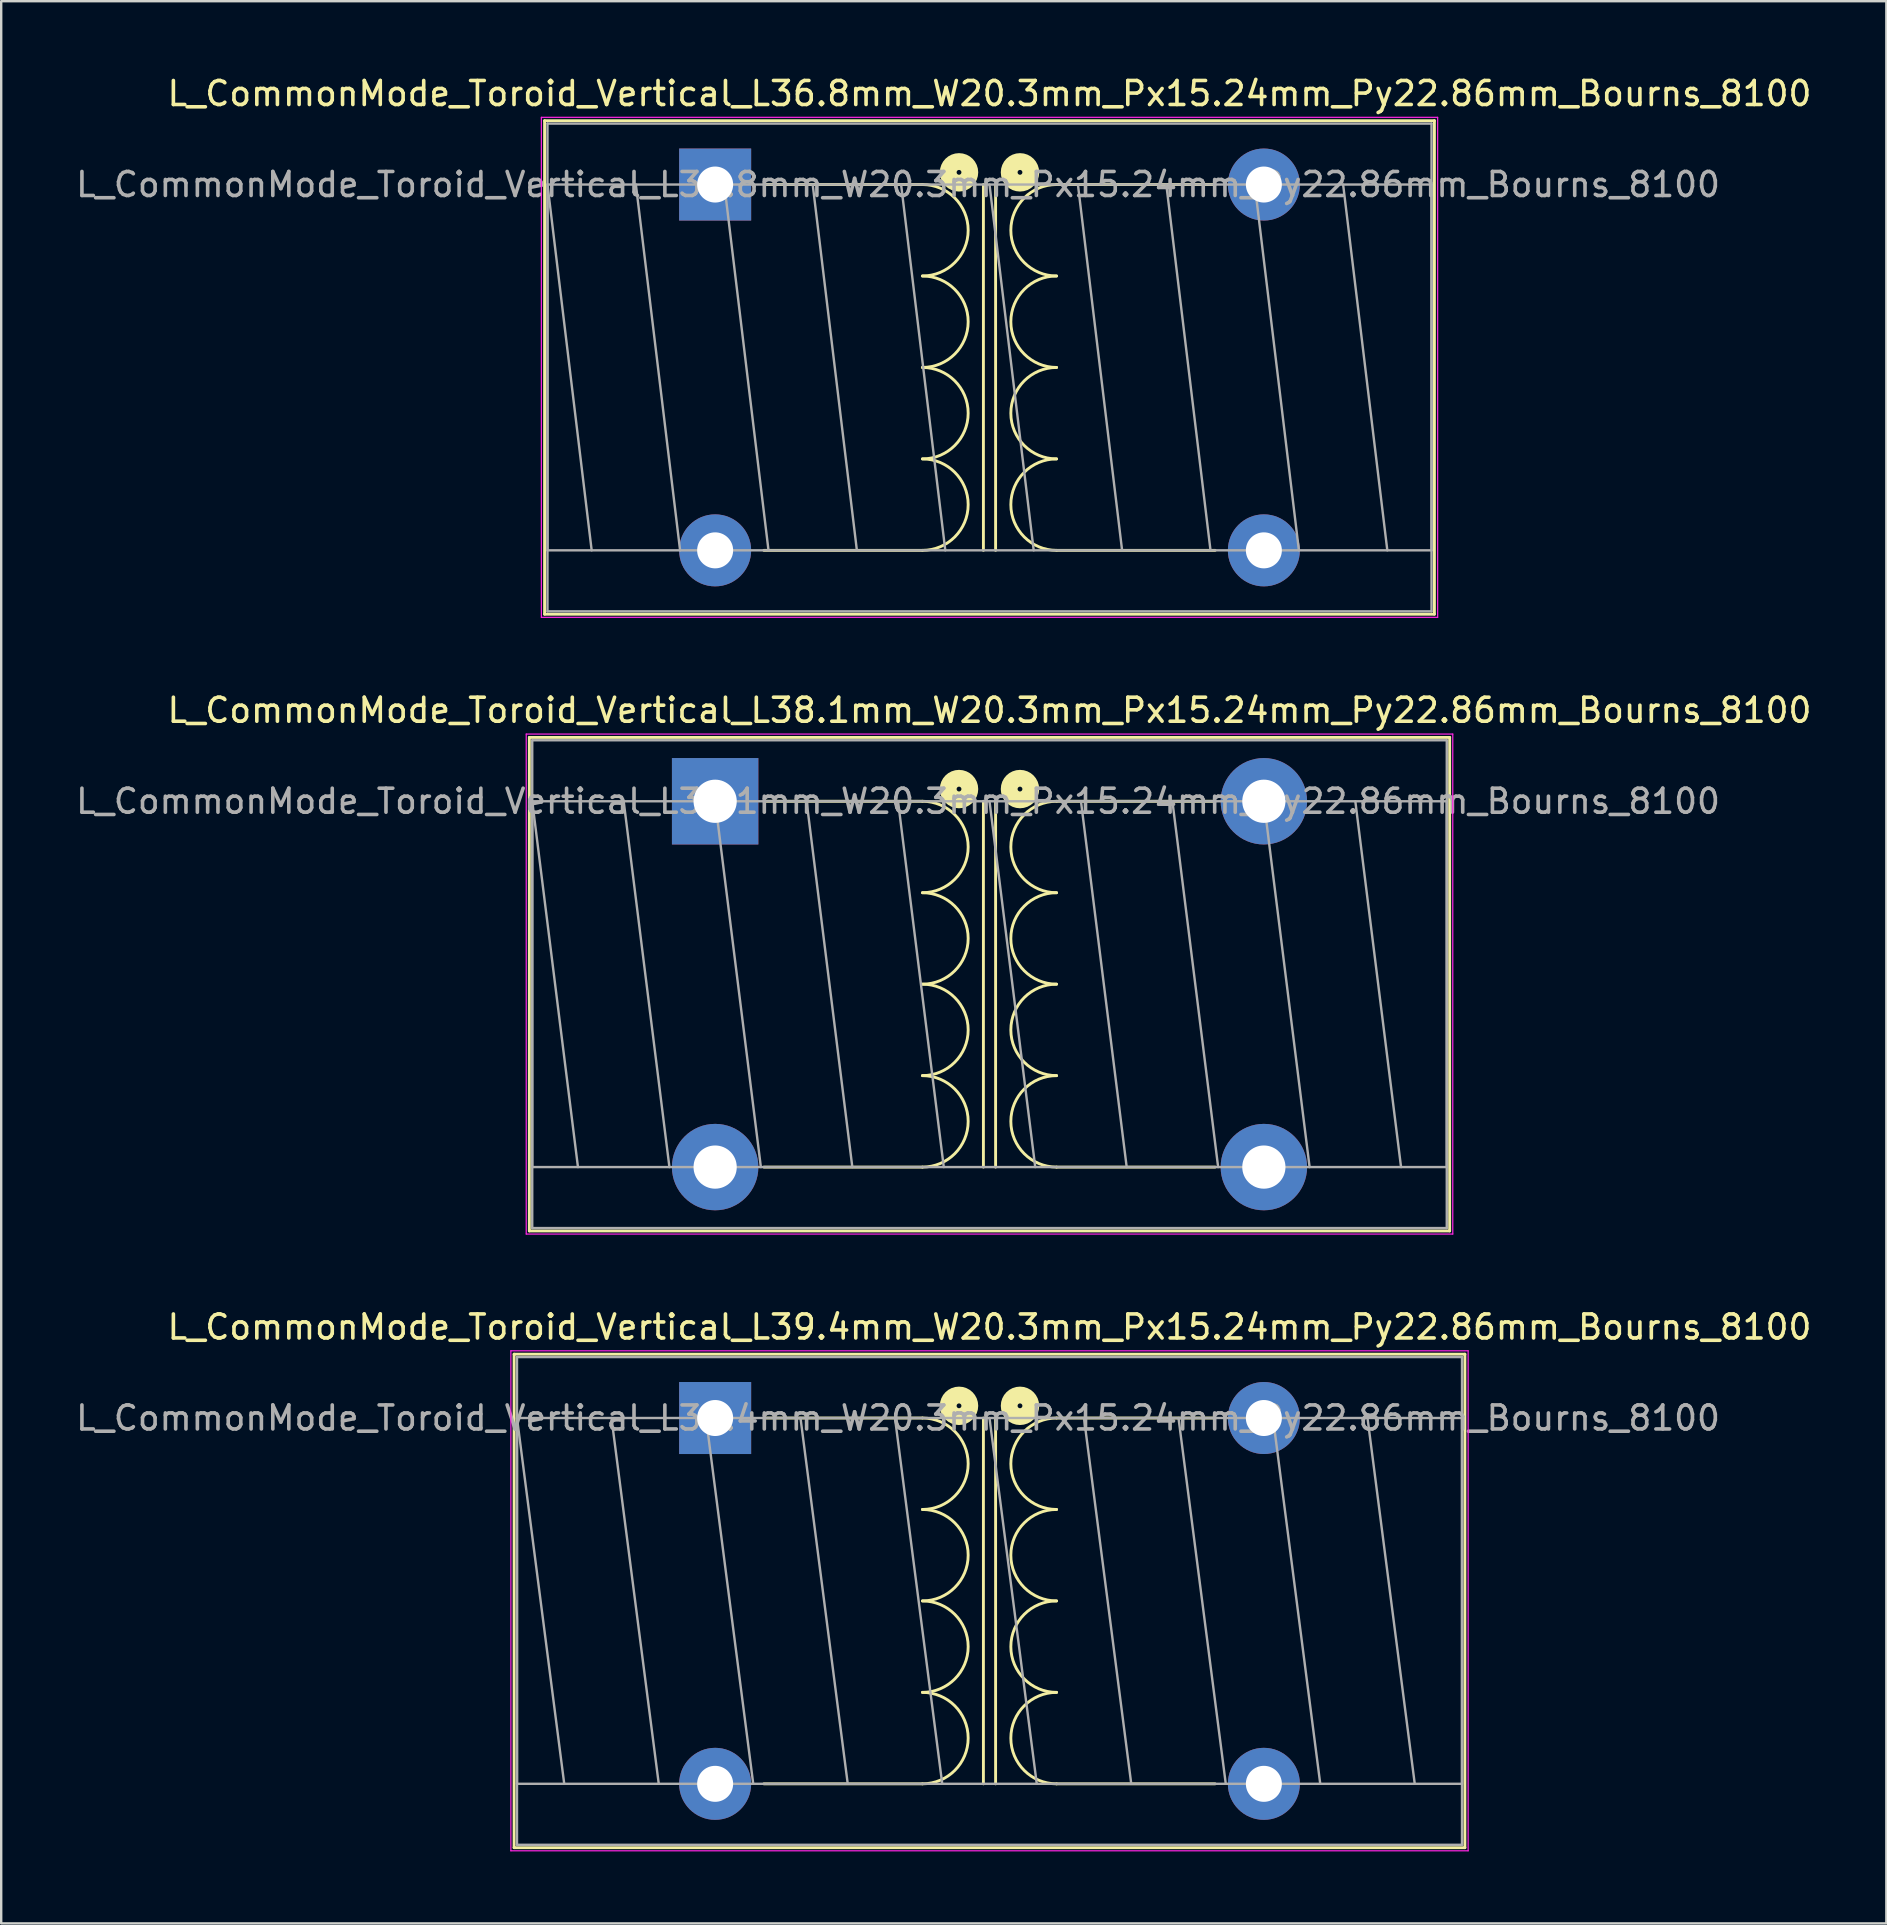
<source format=kicad_pcb>
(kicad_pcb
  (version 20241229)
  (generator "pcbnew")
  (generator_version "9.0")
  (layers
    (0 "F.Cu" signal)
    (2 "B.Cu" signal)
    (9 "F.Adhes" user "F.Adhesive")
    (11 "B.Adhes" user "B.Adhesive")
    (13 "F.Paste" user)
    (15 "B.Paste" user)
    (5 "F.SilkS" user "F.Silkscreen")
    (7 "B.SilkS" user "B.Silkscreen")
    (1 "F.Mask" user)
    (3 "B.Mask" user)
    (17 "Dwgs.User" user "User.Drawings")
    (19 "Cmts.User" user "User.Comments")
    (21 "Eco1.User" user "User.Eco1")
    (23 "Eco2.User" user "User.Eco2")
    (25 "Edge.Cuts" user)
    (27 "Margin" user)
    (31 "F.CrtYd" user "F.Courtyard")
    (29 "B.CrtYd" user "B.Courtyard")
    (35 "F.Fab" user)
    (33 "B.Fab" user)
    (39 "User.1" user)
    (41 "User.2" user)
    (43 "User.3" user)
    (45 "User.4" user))
  (footprint "L_CommonMode_Toroid_Vertical_L36.8mm_W20.3mm_Px15.24mm_Py22.86mm_Bourns_8100"
    (layer "F.Cu")
    (at 26.743 4.638)
    (property "Reference" "L_CommonMode_Toroid_Vertical_L36.8mm_W20.3mm_Px15.24mm_Py22.86mm_Bourns_8100" (at 11.43 -3.79 0) (layer "F.SilkS") (effects (font (size 1 1) (thickness 0.15))))
    (attr through_hole)
    (fp_line (start -7.105 -2.66) (end -7.105 17.9) (stroke (width 0.12) (type solid)) (layer "F.SilkS"))
    (fp_line (start -7.105 -2.66) (end 29.965 -2.66) (stroke (width 0.12) (type solid)) (layer "F.SilkS"))
    (fp_line (start -7.105 17.9) (end 29.965 17.9) (stroke (width 0.12) (type solid)) (layer "F.SilkS"))
    (fp_line (start 2.032 0) (end 8.636 0) (stroke (width 0.12) (type solid)) (layer "F.SilkS"))
    (fp_line (start 2.032 15.24) (end 8.636 15.24) (stroke (width 0.12) (type solid)) (layer "F.SilkS"))
    (fp_line (start 11.176 0) (end 11.176 15.24) (stroke (width 0.12) (type solid)) (layer "F.SilkS"))
    (fp_line (start 11.684 15.24) (end 11.684 0) (stroke (width 0.12) (type solid)) (layer "F.SilkS"))
    (fp_line (start 20.828 0) (end 14.224 0) (stroke (width 0.12) (type solid)) (layer "F.SilkS"))
    (fp_line (start 20.828 15.24) (end 14.224 15.24) (stroke (width 0.12) (type solid)) (layer "F.SilkS"))
    (fp_line (start 29.965 -2.66) (end 29.965 17.9) (stroke (width 0.12) (type solid)) (layer "F.SilkS"))
    (fp_arc (start 8.636 0) (mid 10.541 1.905) (end 8.636 3.81) (stroke (width 0.12) (type solid)) (layer "F.SilkS"))
    (fp_arc (start 8.636 3.81) (mid 10.541 5.715) (end 8.636 7.62) (stroke (width 0.12) (type solid)) (layer "F.SilkS"))
    (fp_arc (start 8.636 7.62) (mid 10.541 9.525) (end 8.636 11.43) (stroke (width 0.12) (type solid)) (layer "F.SilkS"))
    (fp_arc (start 8.636 11.43) (mid 10.541 13.335) (end 8.636 15.24) (stroke (width 0.12) (type solid)) (layer "F.SilkS"))
    (fp_arc (start 14.224 3.81) (mid 12.319 1.905) (end 14.224 0) (stroke (width 0.12) (type solid)) (layer "F.SilkS"))
    (fp_arc (start 14.224 7.62) (mid 12.319 5.715) (end 14.224 3.81) (stroke (width 0.12) (type solid)) (layer "F.SilkS"))
    (fp_arc (start 14.224 11.43) (mid 12.319 9.525) (end 14.224 7.62) (stroke (width 0.12) (type solid)) (layer "F.SilkS"))
    (fp_arc (start 14.224 15.24) (mid 12.319 13.335) (end 14.224 11.43) (stroke (width 0.12) (type solid)) (layer "F.SilkS"))
    (fp_circle (center 10.16 -0.508) (end 10.26 -0.508) (stroke (width 0.7) (type solid)) (fill no) (layer "F.SilkS"))
    (fp_circle (center 12.7 -0.508) (end 12.8 -0.508) (stroke (width 0.7) (type solid)) (fill no) (layer "F.SilkS"))
    (fp_line (start -7.24 -2.8) (end -7.24 18.03) (stroke (width 0.05) (type solid)) (layer "F.CrtYd"))
    (fp_line (start -7.24 18.03) (end 30.1 18.03) (stroke (width 0.05) (type solid)) (layer "F.CrtYd"))
    (fp_line (start 30.1 -2.8) (end -7.24 -2.8) (stroke (width 0.05) (type solid)) (layer "F.CrtYd"))
    (fp_line (start 30.1 18.03) (end 30.1 -2.8) (stroke (width 0.05) (type solid)) (layer "F.CrtYd"))
    (fp_line (start -6.985 -2.54) (end -6.985 17.78) (stroke (width 0.1) (type solid)) (layer "F.Fab"))
    (fp_line (start -6.985 0) (end -6.985 15.24) (stroke (width 0.1) (type solid)) (layer "F.Fab"))
    (fp_line (start -6.985 0) (end -5.144 15.24) (stroke (width 0.1) (type solid)) (layer "F.Fab"))
    (fp_line (start -6.985 15.24) (end 29.845 15.24) (stroke (width 0.1) (type solid)) (layer "F.Fab"))
    (fp_line (start -6.985 17.78) (end 29.845 17.78) (stroke (width 0.1) (type solid)) (layer "F.Fab"))
    (fp_line (start -3.302 0) (end -1.46 15.24) (stroke (width 0.1) (type solid)) (layer "F.Fab"))
    (fp_line (start 0.381 0) (end 2.223 15.24) (stroke (width 0.1) (type solid)) (layer "F.Fab"))
    (fp_line (start 4.064 0) (end 5.905 15.24) (stroke (width 0.1) (type solid)) (layer "F.Fab"))
    (fp_line (start 7.747 0) (end 9.588 15.24) (stroke (width 0.1) (type solid)) (layer "F.Fab"))
    (fp_line (start 11.43 0) (end 13.271 15.24) (stroke (width 0.1) (type solid)) (layer "F.Fab"))
    (fp_line (start 15.113 0) (end 16.954 15.24) (stroke (width 0.1) (type solid)) (layer "F.Fab"))
    (fp_line (start 18.796 0) (end 20.637 15.24) (stroke (width 0.1) (type solid)) (layer "F.Fab"))
    (fp_line (start 22.479 0) (end 24.32 15.24) (stroke (width 0.1) (type solid)) (layer "F.Fab"))
    (fp_line (start 26.162 0) (end 28.003 15.24) (stroke (width 0.1) (type solid)) (layer "F.Fab"))
    (fp_line (start 29.845 -2.54) (end -6.985 -2.54) (stroke (width 0.1) (type solid)) (layer "F.Fab"))
    (fp_line (start 29.845 0) (end -6.985 0) (stroke (width 0.1) (type solid)) (layer "F.Fab"))
    (fp_line (start 29.845 15.24) (end 29.845 0) (stroke (width 0.1) (type solid)) (layer "F.Fab"))
    (fp_line (start 29.845 17.78) (end 29.845 -2.54) (stroke (width 0.1) (type solid)) (layer "F.Fab"))
    (fp_text user "${REFERENCE}" (at 7.62 0 0) (layer "F.Fab") (effects (font (size 1 1) (thickness 0.15))))
    (pad "1" thru_hole rect (at 0 0) (size 3 3) (drill 1.5) (layers "*.Cu" "*.Mask"))
    (pad "2" thru_hole circle (at 0 15.24) (size 3 3) (drill 1.5) (layers "*.Cu" "*.Mask"))
    (pad "3" thru_hole circle (at 22.86 15.24) (size 3 3) (drill 1.5) (layers "*.Cu" "*.Mask"))
    (pad "4" thru_hole circle (at 22.86 0) (size 3 3) (drill 1.5) (layers "*.Cu" "*.Mask")))
  (footprint "L_CommonMode_Toroid_Vertical_L38.1mm_W20.3mm_Px15.24mm_Py22.86mm_Bourns_8100"
    (layer "F.Cu")
    (at 26.743 30.331)
    (property "Reference" "L_CommonMode_Toroid_Vertical_L38.1mm_W20.3mm_Px15.24mm_Py22.86mm_Bourns_8100" (at 11.43 -3.79 0) (layer "F.SilkS") (effects (font (size 1 1) (thickness 0.15))))
    (attr through_hole)
    (fp_line (start -7.74 -2.66) (end -7.74 17.9) (stroke (width 0.12) (type solid)) (layer "F.SilkS"))
    (fp_line (start -7.74 -2.66) (end 30.6 -2.66) (stroke (width 0.12) (type solid)) (layer "F.SilkS"))
    (fp_line (start -7.74 17.9) (end 30.6 17.9) (stroke (width 0.12) (type solid)) (layer "F.SilkS"))
    (fp_line (start 2.032 0) (end 8.636 0) (stroke (width 0.12) (type solid)) (layer "F.SilkS"))
    (fp_line (start 2.032 15.24) (end 8.636 15.24) (stroke (width 0.12) (type solid)) (layer "F.SilkS"))
    (fp_line (start 11.176 0) (end 11.176 15.24) (stroke (width 0.12) (type solid)) (layer "F.SilkS"))
    (fp_line (start 11.684 15.24) (end 11.684 0) (stroke (width 0.12) (type solid)) (layer "F.SilkS"))
    (fp_line (start 20.828 0) (end 14.224 0) (stroke (width 0.12) (type solid)) (layer "F.SilkS"))
    (fp_line (start 20.828 15.24) (end 14.224 15.24) (stroke (width 0.12) (type solid)) (layer "F.SilkS"))
    (fp_line (start 30.6 -2.66) (end 30.6 17.9) (stroke (width 0.12) (type solid)) (layer "F.SilkS"))
    (fp_arc (start 8.636 0) (mid 10.541 1.905) (end 8.636 3.81) (stroke (width 0.12) (type solid)) (layer "F.SilkS"))
    (fp_arc (start 8.636 3.81) (mid 10.541 5.715) (end 8.636 7.62) (stroke (width 0.12) (type solid)) (layer "F.SilkS"))
    (fp_arc (start 8.636 7.62) (mid 10.541 9.525) (end 8.636 11.43) (stroke (width 0.12) (type solid)) (layer "F.SilkS"))
    (fp_arc (start 8.636 11.43) (mid 10.541 13.335) (end 8.636 15.24) (stroke (width 0.12) (type solid)) (layer "F.SilkS"))
    (fp_arc (start 14.224 3.81) (mid 12.319 1.905) (end 14.224 0) (stroke (width 0.12) (type solid)) (layer "F.SilkS"))
    (fp_arc (start 14.224 7.62) (mid 12.319 5.715) (end 14.224 3.81) (stroke (width 0.12) (type solid)) (layer "F.SilkS"))
    (fp_arc (start 14.224 11.43) (mid 12.319 9.525) (end 14.224 7.62) (stroke (width 0.12) (type solid)) (layer "F.SilkS"))
    (fp_arc (start 14.224 15.24) (mid 12.319 13.335) (end 14.224 11.43) (stroke (width 0.12) (type solid)) (layer "F.SilkS"))
    (fp_circle (center 10.16 -0.508) (end 10.26 -0.508) (stroke (width 0.7) (type solid)) (fill no) (layer "F.SilkS"))
    (fp_circle (center 12.7 -0.508) (end 12.8 -0.508) (stroke (width 0.7) (type solid)) (fill no) (layer "F.SilkS"))
    (fp_line (start -7.87 -2.8) (end -7.87 18.03) (stroke (width 0.05) (type solid)) (layer "F.CrtYd"))
    (fp_line (start -7.87 18.03) (end 30.73 18.03) (stroke (width 0.05) (type solid)) (layer "F.CrtYd"))
    (fp_line (start 30.73 -2.8) (end -7.87 -2.8) (stroke (width 0.05) (type solid)) (layer "F.CrtYd"))
    (fp_line (start 30.73 18.03) (end 30.73 -2.8) (stroke (width 0.05) (type solid)) (layer "F.CrtYd"))
    (fp_line (start -7.62 -2.54) (end -7.62 17.78) (stroke (width 0.1) (type solid)) (layer "F.Fab"))
    (fp_line (start -7.62 0) (end -7.62 15.24) (stroke (width 0.1) (type solid)) (layer "F.Fab"))
    (fp_line (start -7.62 0) (end -5.715 15.24) (stroke (width 0.1) (type solid)) (layer "F.Fab"))
    (fp_line (start -7.62 15.24) (end 30.48 15.24) (stroke (width 0.1) (type solid)) (layer "F.Fab"))
    (fp_line (start -7.62 17.78) (end 30.48 17.78) (stroke (width 0.1) (type solid)) (layer "F.Fab"))
    (fp_line (start -3.81 0) (end -1.905 15.24) (stroke (width 0.1) (type solid)) (layer "F.Fab"))
    (fp_line (start 0 0) (end 1.905 15.24) (stroke (width 0.1) (type solid)) (layer "F.Fab"))
    (fp_line (start 3.81 0) (end 5.715 15.24) (stroke (width 0.1) (type solid)) (layer "F.Fab"))
    (fp_line (start 7.62 0) (end 9.525 15.24) (stroke (width 0.1) (type solid)) (layer "F.Fab"))
    (fp_line (start 11.43 0) (end 13.335 15.24) (stroke (width 0.1) (type solid)) (layer "F.Fab"))
    (fp_line (start 15.24 0) (end 17.145 15.24) (stroke (width 0.1) (type solid)) (layer "F.Fab"))
    (fp_line (start 19.05 0) (end 20.955 15.24) (stroke (width 0.1) (type solid)) (layer "F.Fab"))
    (fp_line (start 22.86 0) (end 24.765 15.24) (stroke (width 0.1) (type solid)) (layer "F.Fab"))
    (fp_line (start 26.67 0) (end 28.575 15.24) (stroke (width 0.1) (type solid)) (layer "F.Fab"))
    (fp_line (start 30.48 -2.54) (end -7.62 -2.54) (stroke (width 0.1) (type solid)) (layer "F.Fab"))
    (fp_line (start 30.48 0) (end -7.62 0) (stroke (width 0.1) (type solid)) (layer "F.Fab"))
    (fp_line (start 30.48 15.24) (end 30.48 0) (stroke (width 0.1) (type solid)) (layer "F.Fab"))
    (fp_line (start 30.48 17.78) (end 30.48 -2.54) (stroke (width 0.1) (type solid)) (layer "F.Fab"))
    (fp_text user "${REFERENCE}" (at 7.62 0 0) (layer "F.Fab") (effects (font (size 1 1) (thickness 0.15))))
    (pad "1" thru_hole rect (at 0 0) (size 3.6 3.6) (drill 1.8) (layers "*.Cu" "*.Mask"))
    (pad "2" thru_hole circle (at 0 15.24) (size 3.6 3.6) (drill 1.8) (layers "*.Cu" "*.Mask"))
    (pad "3" thru_hole circle (at 22.86 15.24) (size 3.6 3.6) (drill 1.8) (layers "*.Cu" "*.Mask"))
    (pad "4" thru_hole circle (at 22.86 0) (size 3.6 3.6) (drill 1.8) (layers "*.Cu" "*.Mask")))
  (footprint "L_CommonMode_Toroid_Vertical_L39.4mm_W20.3mm_Px15.24mm_Py22.86mm_Bourns_8100"
    (layer "F.Cu")
    (at 26.743 56.025)
    (property "Reference" "L_CommonMode_Toroid_Vertical_L39.4mm_W20.3mm_Px15.24mm_Py22.86mm_Bourns_8100" (at 11.43 -3.79 0) (layer "F.SilkS") (effects (font (size 1 1) (thickness 0.15))))
    (attr through_hole)
    (fp_line (start -8.375 -2.66) (end -8.375 17.9) (stroke (width 0.12) (type solid)) (layer "F.SilkS"))
    (fp_line (start -8.375 -2.66) (end 31.235 -2.66) (stroke (width 0.12) (type solid)) (layer "F.SilkS"))
    (fp_line (start -8.375 17.9) (end 31.235 17.9) (stroke (width 0.12) (type solid)) (layer "F.SilkS"))
    (fp_line (start 2.032 0) (end 8.636 0) (stroke (width 0.12) (type solid)) (layer "F.SilkS"))
    (fp_line (start 2.032 15.24) (end 8.636 15.24) (stroke (width 0.12) (type solid)) (layer "F.SilkS"))
    (fp_line (start 11.176 0) (end 11.176 15.24) (stroke (width 0.12) (type solid)) (layer "F.SilkS"))
    (fp_line (start 11.684 15.24) (end 11.684 0) (stroke (width 0.12) (type solid)) (layer "F.SilkS"))
    (fp_line (start 20.828 0) (end 14.224 0) (stroke (width 0.12) (type solid)) (layer "F.SilkS"))
    (fp_line (start 20.828 15.24) (end 14.224 15.24) (stroke (width 0.12) (type solid)) (layer "F.SilkS"))
    (fp_line (start 31.235 -2.66) (end 31.235 17.9) (stroke (width 0.12) (type solid)) (layer "F.SilkS"))
    (fp_arc (start 8.636 0) (mid 10.541 1.905) (end 8.636 3.81) (stroke (width 0.12) (type solid)) (layer "F.SilkS"))
    (fp_arc (start 8.636 3.81) (mid 10.541 5.715) (end 8.636 7.62) (stroke (width 0.12) (type solid)) (layer "F.SilkS"))
    (fp_arc (start 8.636 7.62) (mid 10.541 9.525) (end 8.636 11.43) (stroke (width 0.12) (type solid)) (layer "F.SilkS"))
    (fp_arc (start 8.636 11.43) (mid 10.541 13.335) (end 8.636 15.24) (stroke (width 0.12) (type solid)) (layer "F.SilkS"))
    (fp_arc (start 14.224 3.81) (mid 12.319 1.905) (end 14.224 0) (stroke (width 0.12) (type solid)) (layer "F.SilkS"))
    (fp_arc (start 14.224 7.62) (mid 12.319 5.715) (end 14.224 3.81) (stroke (width 0.12) (type solid)) (layer "F.SilkS"))
    (fp_arc (start 14.224 11.43) (mid 12.319 9.525) (end 14.224 7.62) (stroke (width 0.12) (type solid)) (layer "F.SilkS"))
    (fp_arc (start 14.224 15.24) (mid 12.319 13.335) (end 14.224 11.43) (stroke (width 0.12) (type solid)) (layer "F.SilkS"))
    (fp_circle (center 10.16 -0.508) (end 10.26 -0.508) (stroke (width 0.7) (type solid)) (fill no) (layer "F.SilkS"))
    (fp_circle (center 12.7 -0.508) (end 12.8 -0.508) (stroke (width 0.7) (type solid)) (fill no) (layer "F.SilkS"))
    (fp_line (start -8.51 -2.8) (end -8.51 18.03) (stroke (width 0.05) (type solid)) (layer "F.CrtYd"))
    (fp_line (start -8.51 18.03) (end 31.37 18.03) (stroke (width 0.05) (type solid)) (layer "F.CrtYd"))
    (fp_line (start 31.37 -2.8) (end -8.51 -2.8) (stroke (width 0.05) (type solid)) (layer "F.CrtYd"))
    (fp_line (start 31.37 18.03) (end 31.37 -2.8) (stroke (width 0.05) (type solid)) (layer "F.CrtYd"))
    (fp_line (start -8.255 -2.54) (end -8.255 17.78) (stroke (width 0.1) (type solid)) (layer "F.Fab"))
    (fp_line (start -8.255 0) (end -8.255 15.24) (stroke (width 0.1) (type solid)) (layer "F.Fab"))
    (fp_line (start -8.255 0) (end -6.287 15.24) (stroke (width 0.1) (type solid)) (layer "F.Fab"))
    (fp_line (start -8.255 15.24) (end 31.115 15.24) (stroke (width 0.1) (type solid)) (layer "F.Fab"))
    (fp_line (start -8.255 17.78) (end 31.115 17.78) (stroke (width 0.1) (type solid)) (layer "F.Fab"))
    (fp_line (start -4.318 0) (end -2.349 15.24) (stroke (width 0.1) (type solid)) (layer "F.Fab"))
    (fp_line (start -0.381 0) (end 1.587 15.24) (stroke (width 0.1) (type solid)) (layer "F.Fab"))
    (fp_line (start 3.556 0) (end 5.524 15.24) (stroke (width 0.1) (type solid)) (layer "F.Fab"))
    (fp_line (start 7.493 0) (end 9.461 15.24) (stroke (width 0.1) (type solid)) (layer "F.Fab"))
    (fp_line (start 11.43 0) (end 13.399 15.24) (stroke (width 0.1) (type solid)) (layer "F.Fab"))
    (fp_line (start 15.367 0) (end 17.335 15.24) (stroke (width 0.1) (type solid)) (layer "F.Fab"))
    (fp_line (start 19.304 0) (end 21.273 15.24) (stroke (width 0.1) (type solid)) (layer "F.Fab"))
    (fp_line (start 23.241 0) (end 25.209 15.24) (stroke (width 0.1) (type solid)) (layer "F.Fab"))
    (fp_line (start 27.178 0) (end 29.146 15.24) (stroke (width 0.1) (type solid)) (layer "F.Fab"))
    (fp_line (start 31.115 -2.54) (end -8.255 -2.54) (stroke (width 0.1) (type solid)) (layer "F.Fab"))
    (fp_line (start 31.115 0) (end -8.255 0) (stroke (width 0.1) (type solid)) (layer "F.Fab"))
    (fp_line (start 31.115 15.24) (end 31.115 0) (stroke (width 0.1) (type solid)) (layer "F.Fab"))
    (fp_line (start 31.115 17.78) (end 31.115 -2.54) (stroke (width 0.1) (type solid)) (layer "F.Fab"))
    (fp_text user "${REFERENCE}" (at 7.62 0 0) (layer "F.Fab") (effects (font (size 1 1) (thickness 0.15))))
    (pad "1" thru_hole rect (at 0 0) (size 3 3) (drill 1.5) (layers "*.Cu" "*.Mask"))
    (pad "2" thru_hole circle (at 0 15.24) (size 3 3) (drill 1.5) (layers "*.Cu" "*.Mask"))
    (pad "3" thru_hole circle (at 22.86 15.24) (size 3 3) (drill 1.5) (layers "*.Cu" "*.Mask"))
    (pad "4" thru_hole circle (at 22.86 0) (size 3 3) (drill 1.5) (layers "*.Cu" "*.Mask")))
  (gr_rect
    (start -3 -3)
    (end 75.536 77.08)
    (stroke (width 0.1) (type default))
    (fill no)
    (layer "Edge.Cuts")))
</source>
